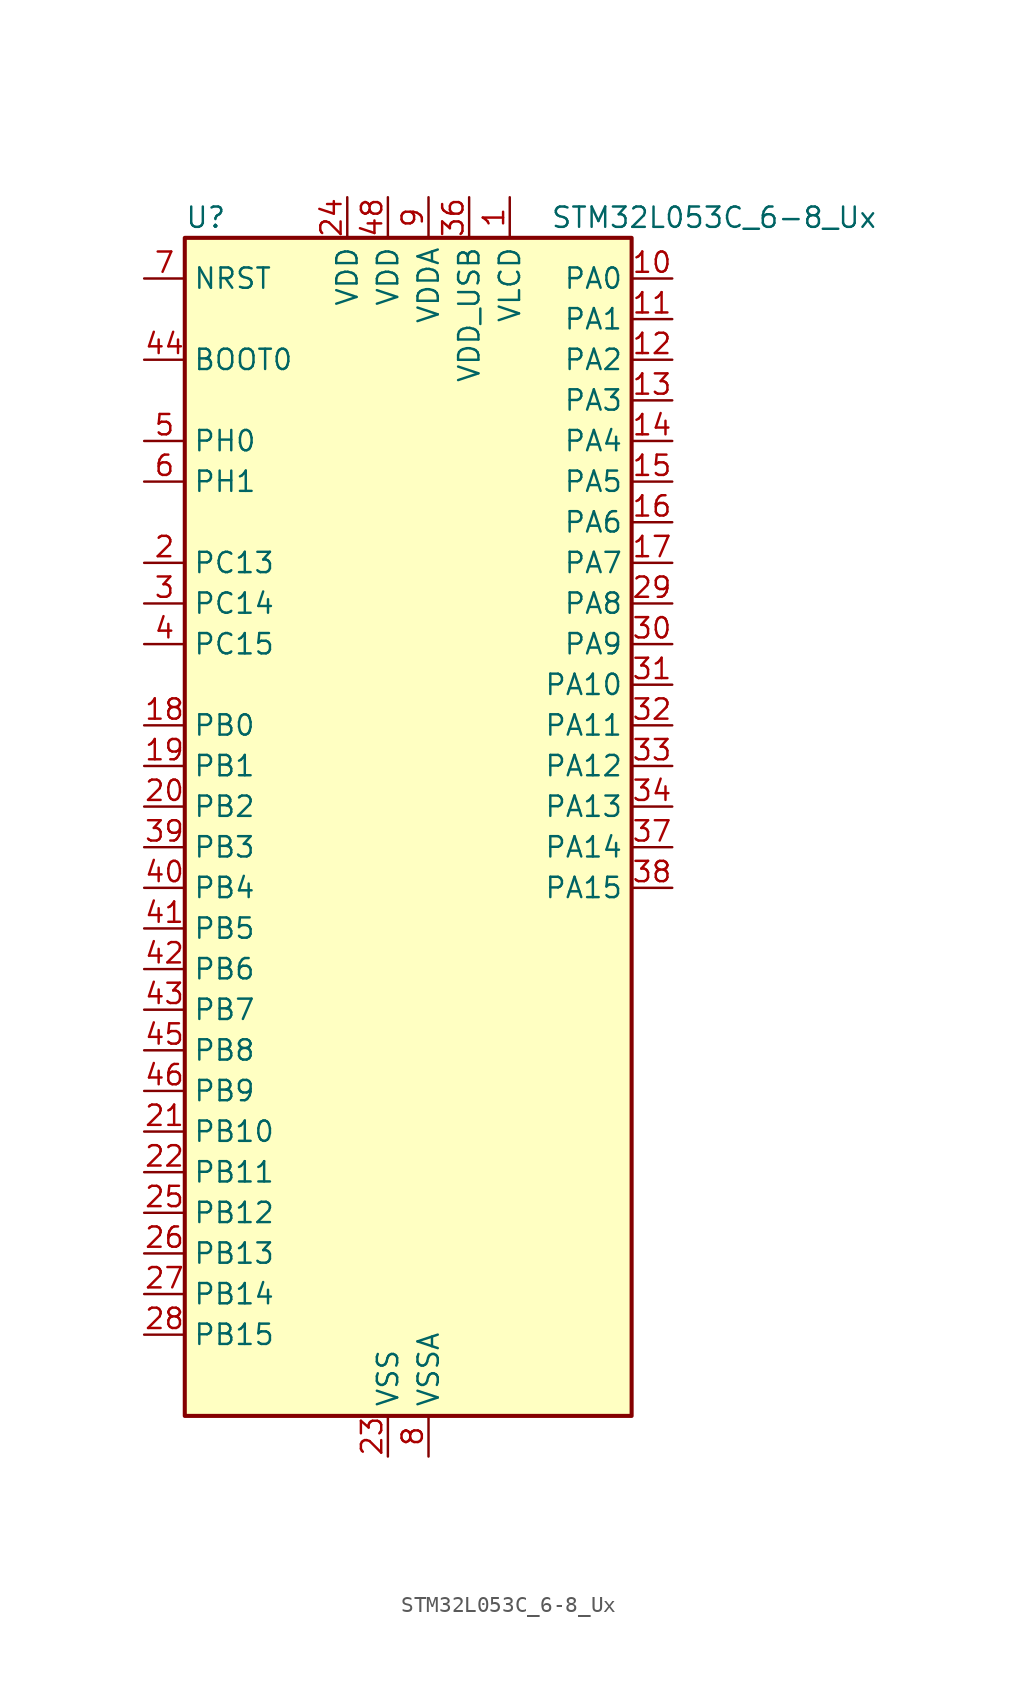
<source format=kicad_sym>
(kicad_symbol_lib
  (version 20231120)
  (generator "kicad_symbol_editor")
  (generator_version "8.0")
  (symbol "STM32L053C_6-8_Ux"
    (property "Reference" "U"
      (at -12.7 39.37 0)
      (effects (font (size 1.27 1.27)) (justify left)))
    (property "Value" "STM32L053C_6-8_Ux"
      (at 10.16 39.37 0)
      (effects (font (size 1.27 1.27)) (justify left)))
    (property "ki_locked" ""
      (at 0 0 0)
      (effects (font (size 1.27 1.27))))
    (symbol "STM32L053C_6-8_Ux_0_1"
      (rectangle (start -12.7 -35.56) (end 15.24 38.1) (stroke (width 0.254) (type default)) (fill (type background))))
    (symbol "STM32L053C_6-8_Ux_1_1"
      (pin power_in line (at 7.62 40.64 270) (length 2.54) (name "VLCD" (effects (font (size 1.27 1.27)))) (number "1" (effects (font (size 1.27 1.27)))))
      (pin bidirectional line (at 17.78 35.56 180) (length 2.54) (name "PA0" (effects (font (size 1.27 1.27)))) (number "10" (effects (font (size 1.27 1.27)))) (alternate "ADC_IN0" bidirectional line) (alternate "COMP1_INM" bidirectional line) (alternate "COMP1_OUT" bidirectional line) (alternate "RTC_TAMP2" bidirectional line) (alternate "SYS_WKUP1" bidirectional line) (alternate "TIM2_CH1" bidirectional line) (alternate "TIM2_ETR" bidirectional line) (alternate "TSC_G1_IO1" bidirectional line) (alternate "USART2_CTS" bidirectional line))
      (pin bidirectional line (at 17.78 33.02 180) (length 2.54) (name "PA1" (effects (font (size 1.27 1.27)))) (number "11" (effects (font (size 1.27 1.27)))) (alternate "ADC_IN1" bidirectional line) (alternate "COMP1_INP" bidirectional line) (alternate "LCD_SEG0" bidirectional line) (alternate "TIM21_ETR" bidirectional line) (alternate "TIM2_CH2" bidirectional line) (alternate "TSC_G1_IO2" bidirectional line) (alternate "USART2_DE" bidirectional line) (alternate "USART2_RTS" bidirectional line))
      (pin bidirectional line (at 17.78 30.48 180) (length 2.54) (name "PA2" (effects (font (size 1.27 1.27)))) (number "12" (effects (font (size 1.27 1.27)))) (alternate "ADC_IN2" bidirectional line) (alternate "COMP2_INM" bidirectional line) (alternate "COMP2_OUT" bidirectional line) (alternate "LCD_SEG1" bidirectional line) (alternate "TIM21_CH1" bidirectional line) (alternate "TIM2_CH3" bidirectional line) (alternate "TSC_G1_IO3" bidirectional line) (alternate "USART2_TX" bidirectional line))
      (pin bidirectional line (at 17.78 27.94 180) (length 2.54) (name "PA3" (effects (font (size 1.27 1.27)))) (number "13" (effects (font (size 1.27 1.27)))) (alternate "ADC_IN3" bidirectional line) (alternate "COMP2_INP" bidirectional line) (alternate "LCD_SEG2" bidirectional line) (alternate "TIM21_CH2" bidirectional line) (alternate "TIM2_CH4" bidirectional line) (alternate "TSC_G1_IO4" bidirectional line) (alternate "USART2_RX" bidirectional line))
      (pin bidirectional line (at 17.78 25.4 180) (length 2.54) (name "PA4" (effects (font (size 1.27 1.27)))) (number "14" (effects (font (size 1.27 1.27)))) (alternate "ADC_IN4" bidirectional line) (alternate "COMP1_INM" bidirectional line) (alternate "COMP2_INM" bidirectional line) (alternate "DAC_OUT1" bidirectional line) (alternate "SPI1_NSS" bidirectional line) (alternate "TIM22_ETR" bidirectional line) (alternate "TSC_G2_IO1" bidirectional line) (alternate "USART2_CK" bidirectional line))
      (pin bidirectional line (at 17.78 22.86 180) (length 2.54) (name "PA5" (effects (font (size 1.27 1.27)))) (number "15" (effects (font (size 1.27 1.27)))) (alternate "ADC_IN5" bidirectional line) (alternate "COMP1_INM" bidirectional line) (alternate "COMP2_INM" bidirectional line) (alternate "SPI1_SCK" bidirectional line) (alternate "TIM2_CH1" bidirectional line) (alternate "TIM2_ETR" bidirectional line) (alternate "TSC_G2_IO2" bidirectional line))
      (pin bidirectional line (at 17.78 20.32 180) (length 2.54) (name "PA6" (effects (font (size 1.27 1.27)))) (number "16" (effects (font (size 1.27 1.27)))) (alternate "ADC_IN6" bidirectional line) (alternate "COMP1_OUT" bidirectional line) (alternate "LCD_SEG3" bidirectional line) (alternate "LPUART1_CTS" bidirectional line) (alternate "SPI1_MISO" bidirectional line) (alternate "TIM22_CH1" bidirectional line) (alternate "TSC_G2_IO3" bidirectional line))
      (pin bidirectional line (at 17.78 17.78 180) (length 2.54) (name "PA7" (effects (font (size 1.27 1.27)))) (number "17" (effects (font (size 1.27 1.27)))) (alternate "ADC_IN7" bidirectional line) (alternate "COMP2_OUT" bidirectional line) (alternate "LCD_SEG4" bidirectional line) (alternate "SPI1_MOSI" bidirectional line) (alternate "TIM22_CH2" bidirectional line) (alternate "TSC_G2_IO4" bidirectional line))
      (pin bidirectional line (at -15.24 7.62 0) (length 2.54) (name "PB0" (effects (font (size 1.27 1.27)))) (number "18" (effects (font (size 1.27 1.27)))) (alternate "ADC_IN8" bidirectional line) (alternate "LCD_SEG5" bidirectional line) (alternate "LCD_VLCD3" bidirectional line) (alternate "SYS_VREF_OUT_PB0" bidirectional line) (alternate "TSC_G3_IO2" bidirectional line))
      (pin bidirectional line (at -15.24 5.08 0) (length 2.54) (name "PB1" (effects (font (size 1.27 1.27)))) (number "19" (effects (font (size 1.27 1.27)))) (alternate "ADC_IN9" bidirectional line) (alternate "LCD_SEG6" bidirectional line) (alternate "LPUART1_DE" bidirectional line) (alternate "LPUART1_RTS" bidirectional line) (alternate "SYS_VREF_OUT_PB1" bidirectional line) (alternate "TSC_G3_IO3" bidirectional line))
      (pin bidirectional line (at -15.24 17.78 0) (length 2.54) (name "PC13" (effects (font (size 1.27 1.27)))) (number "2" (effects (font (size 1.27 1.27)))) (alternate "RTC_OUT_ALARM" bidirectional line) (alternate "RTC_OUT_CALIB" bidirectional line) (alternate "RTC_TAMP1" bidirectional line) (alternate "RTC_TS" bidirectional line) (alternate "SYS_WKUP2" bidirectional line))
      (pin bidirectional line (at -15.24 2.54 0) (length 2.54) (name "PB2" (effects (font (size 1.27 1.27)))) (number "20" (effects (font (size 1.27 1.27)))) (alternate "LCD_VLCD2" bidirectional line) (alternate "LPTIM1_OUT" bidirectional line) (alternate "TSC_G3_IO4" bidirectional line))
      (pin bidirectional line (at -15.24 -17.78 0) (length 2.54) (name "PB10" (effects (font (size 1.27 1.27)))) (number "21" (effects (font (size 1.27 1.27)))) (alternate "I2C2_SCL" bidirectional line) (alternate "LCD_SEG10" bidirectional line) (alternate "LPUART1_TX" bidirectional line) (alternate "SPI2_SCK" bidirectional line) (alternate "TIM2_CH3" bidirectional line) (alternate "TSC_SYNC" bidirectional line))
      (pin bidirectional line (at -15.24 -20.32 0) (length 2.54) (name "PB11" (effects (font (size 1.27 1.27)))) (number "22" (effects (font (size 1.27 1.27)))) (alternate "ADC_EXTI11" bidirectional line) (alternate "I2C2_SDA" bidirectional line) (alternate "LCD_SEG11" bidirectional line) (alternate "LPUART1_RX" bidirectional line) (alternate "TIM2_CH4" bidirectional line) (alternate "TSC_G6_IO1" bidirectional line))
      (pin power_in line (at 0 -38.1 90) (length 2.54) (name "VSS" (effects (font (size 1.27 1.27)))) (number "23" (effects (font (size 1.27 1.27)))))
      (pin power_in line (at -2.54 40.64 270) (length 2.54) (name "VDD" (effects (font (size 1.27 1.27)))) (number "24" (effects (font (size 1.27 1.27)))))
      (pin bidirectional line (at -15.24 -22.86 0) (length 2.54) (name "PB12" (effects (font (size 1.27 1.27)))) (number "25" (effects (font (size 1.27 1.27)))) (alternate "I2S2_WS" bidirectional line) (alternate "LCD_SEG12" bidirectional line) (alternate "LCD_VLCD1" bidirectional line) (alternate "LPUART1_DE" bidirectional line) (alternate "LPUART1_RTS" bidirectional line) (alternate "SPI2_NSS" bidirectional line) (alternate "TSC_G6_IO2" bidirectional line))
      (pin bidirectional line (at -15.24 -25.4 0) (length 2.54) (name "PB13" (effects (font (size 1.27 1.27)))) (number "26" (effects (font (size 1.27 1.27)))) (alternate "I2C2_SCL" bidirectional line) (alternate "I2S2_CK" bidirectional line) (alternate "LCD_SEG13" bidirectional line) (alternate "LPUART1_CTS" bidirectional line) (alternate "SPI2_SCK" bidirectional line) (alternate "TIM21_CH1" bidirectional line) (alternate "TSC_G6_IO3" bidirectional line))
      (pin bidirectional line (at -15.24 -27.94 0) (length 2.54) (name "PB14" (effects (font (size 1.27 1.27)))) (number "27" (effects (font (size 1.27 1.27)))) (alternate "I2C2_SDA" bidirectional line) (alternate "I2S2_MCK" bidirectional line) (alternate "LCD_SEG14" bidirectional line) (alternate "LPUART1_DE" bidirectional line) (alternate "LPUART1_RTS" bidirectional line) (alternate "RTC_OUT_ALARM" bidirectional line) (alternate "RTC_OUT_CALIB" bidirectional line) (alternate "SPI2_MISO" bidirectional line) (alternate "TIM21_CH2" bidirectional line) (alternate "TSC_G6_IO4" bidirectional line))
      (pin bidirectional line (at -15.24 -30.48 0) (length 2.54) (name "PB15" (effects (font (size 1.27 1.27)))) (number "28" (effects (font (size 1.27 1.27)))) (alternate "I2S2_SD" bidirectional line) (alternate "LCD_SEG15" bidirectional line) (alternate "RTC_REFIN" bidirectional line) (alternate "SPI2_MOSI" bidirectional line))
      (pin bidirectional line (at 17.78 15.24 180) (length 2.54) (name "PA8" (effects (font (size 1.27 1.27)))) (number "29" (effects (font (size 1.27 1.27)))) (alternate "CRS_SYNC" bidirectional line) (alternate "LCD_COM0" bidirectional line) (alternate "RCC_MCO" bidirectional line) (alternate "USART1_CK" bidirectional line))
      (pin bidirectional line (at -15.24 15.24 0) (length 2.54) (name "PC14" (effects (font (size 1.27 1.27)))) (number "3" (effects (font (size 1.27 1.27)))) (alternate "RCC_OSC32_IN" bidirectional line))
      (pin bidirectional line (at 17.78 12.7 180) (length 2.54) (name "PA9" (effects (font (size 1.27 1.27)))) (number "30" (effects (font (size 1.27 1.27)))) (alternate "DAC_EXTI9" bidirectional line) (alternate "LCD_COM1" bidirectional line) (alternate "RCC_MCO" bidirectional line) (alternate "TSC_G4_IO1" bidirectional line) (alternate "USART1_TX" bidirectional line))
      (pin bidirectional line (at 17.78 10.16 180) (length 2.54) (name "PA10" (effects (font (size 1.27 1.27)))) (number "31" (effects (font (size 1.27 1.27)))) (alternate "LCD_COM2" bidirectional line) (alternate "TSC_G4_IO2" bidirectional line) (alternate "USART1_RX" bidirectional line))
      (pin bidirectional line (at 17.78 7.62 180) (length 2.54) (name "PA11" (effects (font (size 1.27 1.27)))) (number "32" (effects (font (size 1.27 1.27)))) (alternate "ADC_EXTI11" bidirectional line) (alternate "COMP1_OUT" bidirectional line) (alternate "SPI1_MISO" bidirectional line) (alternate "TSC_G4_IO3" bidirectional line) (alternate "USART1_CTS" bidirectional line) (alternate "USB_DM" bidirectional line))
      (pin bidirectional line (at 17.78 5.08 180) (length 2.54) (name "PA12" (effects (font (size 1.27 1.27)))) (number "33" (effects (font (size 1.27 1.27)))) (alternate "COMP2_OUT" bidirectional line) (alternate "SPI1_MOSI" bidirectional line) (alternate "TSC_G4_IO4" bidirectional line) (alternate "USART1_DE" bidirectional line) (alternate "USART1_RTS" bidirectional line) (alternate "USB_DP" bidirectional line))
      (pin bidirectional line (at 17.78 2.54 180) (length 2.54) (name "PA13" (effects (font (size 1.27 1.27)))) (number "34" (effects (font (size 1.27 1.27)))) (alternate "SYS_SWDIO" bidirectional line) (alternate "USB_NOE" bidirectional line))
      (pin passive line (at 0 -38.1 90) (length 2.54) hide (name "VSS" (effects (font (size 1.27 1.27)))) (number "35" (effects (font (size 1.27 1.27)))))
      (pin power_in line (at 5.08 40.64 270) (length 2.54) (name "VDD_USB" (effects (font (size 1.27 1.27)))) (number "36" (effects (font (size 1.27 1.27)))))
      (pin bidirectional line (at 17.78 0 180) (length 2.54) (name "PA14" (effects (font (size 1.27 1.27)))) (number "37" (effects (font (size 1.27 1.27)))) (alternate "SYS_SWCLK" bidirectional line) (alternate "USART2_TX" bidirectional line))
      (pin bidirectional line (at 17.78 -2.54 180) (length 2.54) (name "PA15" (effects (font (size 1.27 1.27)))) (number "38" (effects (font (size 1.27 1.27)))) (alternate "LCD_SEG17" bidirectional line) (alternate "SPI1_NSS" bidirectional line) (alternate "TIM2_CH1" bidirectional line) (alternate "TIM2_ETR" bidirectional line) (alternate "USART2_RX" bidirectional line))
      (pin bidirectional line (at -15.24 0 0) (length 2.54) (name "PB3" (effects (font (size 1.27 1.27)))) (number "39" (effects (font (size 1.27 1.27)))) (alternate "COMP2_INM" bidirectional line) (alternate "LCD_SEG7" bidirectional line) (alternate "SPI1_SCK" bidirectional line) (alternate "TIM2_CH2" bidirectional line) (alternate "TSC_G5_IO1" bidirectional line))
      (pin bidirectional line (at -15.24 12.7 0) (length 2.54) (name "PC15" (effects (font (size 1.27 1.27)))) (number "4" (effects (font (size 1.27 1.27)))) (alternate "RCC_OSC32_OUT" bidirectional line))
      (pin bidirectional line (at -15.24 -2.54 0) (length 2.54) (name "PB4" (effects (font (size 1.27 1.27)))) (number "40" (effects (font (size 1.27 1.27)))) (alternate "COMP2_INP" bidirectional line) (alternate "LCD_SEG8" bidirectional line) (alternate "SPI1_MISO" bidirectional line) (alternate "TIM22_CH1" bidirectional line) (alternate "TSC_G5_IO2" bidirectional line))
      (pin bidirectional line (at -15.24 -5.08 0) (length 2.54) (name "PB5" (effects (font (size 1.27 1.27)))) (number "41" (effects (font (size 1.27 1.27)))) (alternate "COMP2_INP" bidirectional line) (alternate "I2C1_SMBA" bidirectional line) (alternate "LCD_SEG9" bidirectional line) (alternate "LPTIM1_IN1" bidirectional line) (alternate "SPI1_MOSI" bidirectional line) (alternate "TIM22_CH2" bidirectional line))
      (pin bidirectional line (at -15.24 -7.62 0) (length 2.54) (name "PB6" (effects (font (size 1.27 1.27)))) (number "42" (effects (font (size 1.27 1.27)))) (alternate "COMP2_INP" bidirectional line) (alternate "I2C1_SCL" bidirectional line) (alternate "LPTIM1_ETR" bidirectional line) (alternate "TSC_G5_IO3" bidirectional line) (alternate "USART1_TX" bidirectional line))
      (pin bidirectional line (at -15.24 -10.16 0) (length 2.54) (name "PB7" (effects (font (size 1.27 1.27)))) (number "43" (effects (font (size 1.27 1.27)))) (alternate "COMP2_INP" bidirectional line) (alternate "I2C1_SDA" bidirectional line) (alternate "LPTIM1_IN2" bidirectional line) (alternate "SYS_PVD_IN" bidirectional line) (alternate "TSC_G5_IO4" bidirectional line) (alternate "USART1_RX" bidirectional line))
      (pin input line (at -15.24 30.48 0) (length 2.54) (name "BOOT0" (effects (font (size 1.27 1.27)))) (number "44" (effects (font (size 1.27 1.27)))))
      (pin bidirectional line (at -15.24 -12.7 0) (length 2.54) (name "PB8" (effects (font (size 1.27 1.27)))) (number "45" (effects (font (size 1.27 1.27)))) (alternate "I2C1_SCL" bidirectional line) (alternate "LCD_SEG16" bidirectional line) (alternate "TSC_SYNC" bidirectional line))
      (pin bidirectional line (at -15.24 -15.24 0) (length 2.54) (name "PB9" (effects (font (size 1.27 1.27)))) (number "46" (effects (font (size 1.27 1.27)))) (alternate "DAC_EXTI9" bidirectional line) (alternate "I2C1_SDA" bidirectional line) (alternate "I2S2_WS" bidirectional line) (alternate "LCD_COM3" bidirectional line) (alternate "SPI2_NSS" bidirectional line))
      (pin passive line (at 0 -38.1 90) (length 2.54) hide (name "VSS" (effects (font (size 1.27 1.27)))) (number "47" (effects (font (size 1.27 1.27)))))
      (pin power_in line (at 0 40.64 270) (length 2.54) (name "VDD" (effects (font (size 1.27 1.27)))) (number "48" (effects (font (size 1.27 1.27)))))
      (pin passive line (at 0 -38.1 90) (length 2.54) hide (name "VSS" (effects (font (size 1.27 1.27)))) (number "49" (effects (font (size 1.27 1.27)))))
      (pin bidirectional line (at -15.24 25.4 0) (length 2.54) (name "PH0" (effects (font (size 1.27 1.27)))) (number "5" (effects (font (size 1.27 1.27)))) (alternate "CRS_SYNC" bidirectional line) (alternate "RCC_OSC_IN" bidirectional line))
      (pin bidirectional line (at -15.24 22.86 0) (length 2.54) (name "PH1" (effects (font (size 1.27 1.27)))) (number "6" (effects (font (size 1.27 1.27)))) (alternate "RCC_OSC_OUT" bidirectional line))
      (pin input line (at -15.24 35.56 0) (length 2.54) (name "NRST" (effects (font (size 1.27 1.27)))) (number "7" (effects (font (size 1.27 1.27)))))
      (pin power_in line (at 2.54 -38.1 90) (length 2.54) (name "VSSA" (effects (font (size 1.27 1.27)))) (number "8" (effects (font (size 1.27 1.27)))))
      (pin power_in line (at 2.54 40.64 270) (length 2.54) (name "VDDA" (effects (font (size 1.27 1.27)))) (number "9" (effects (font (size 1.27 1.27))))))))
</source>
